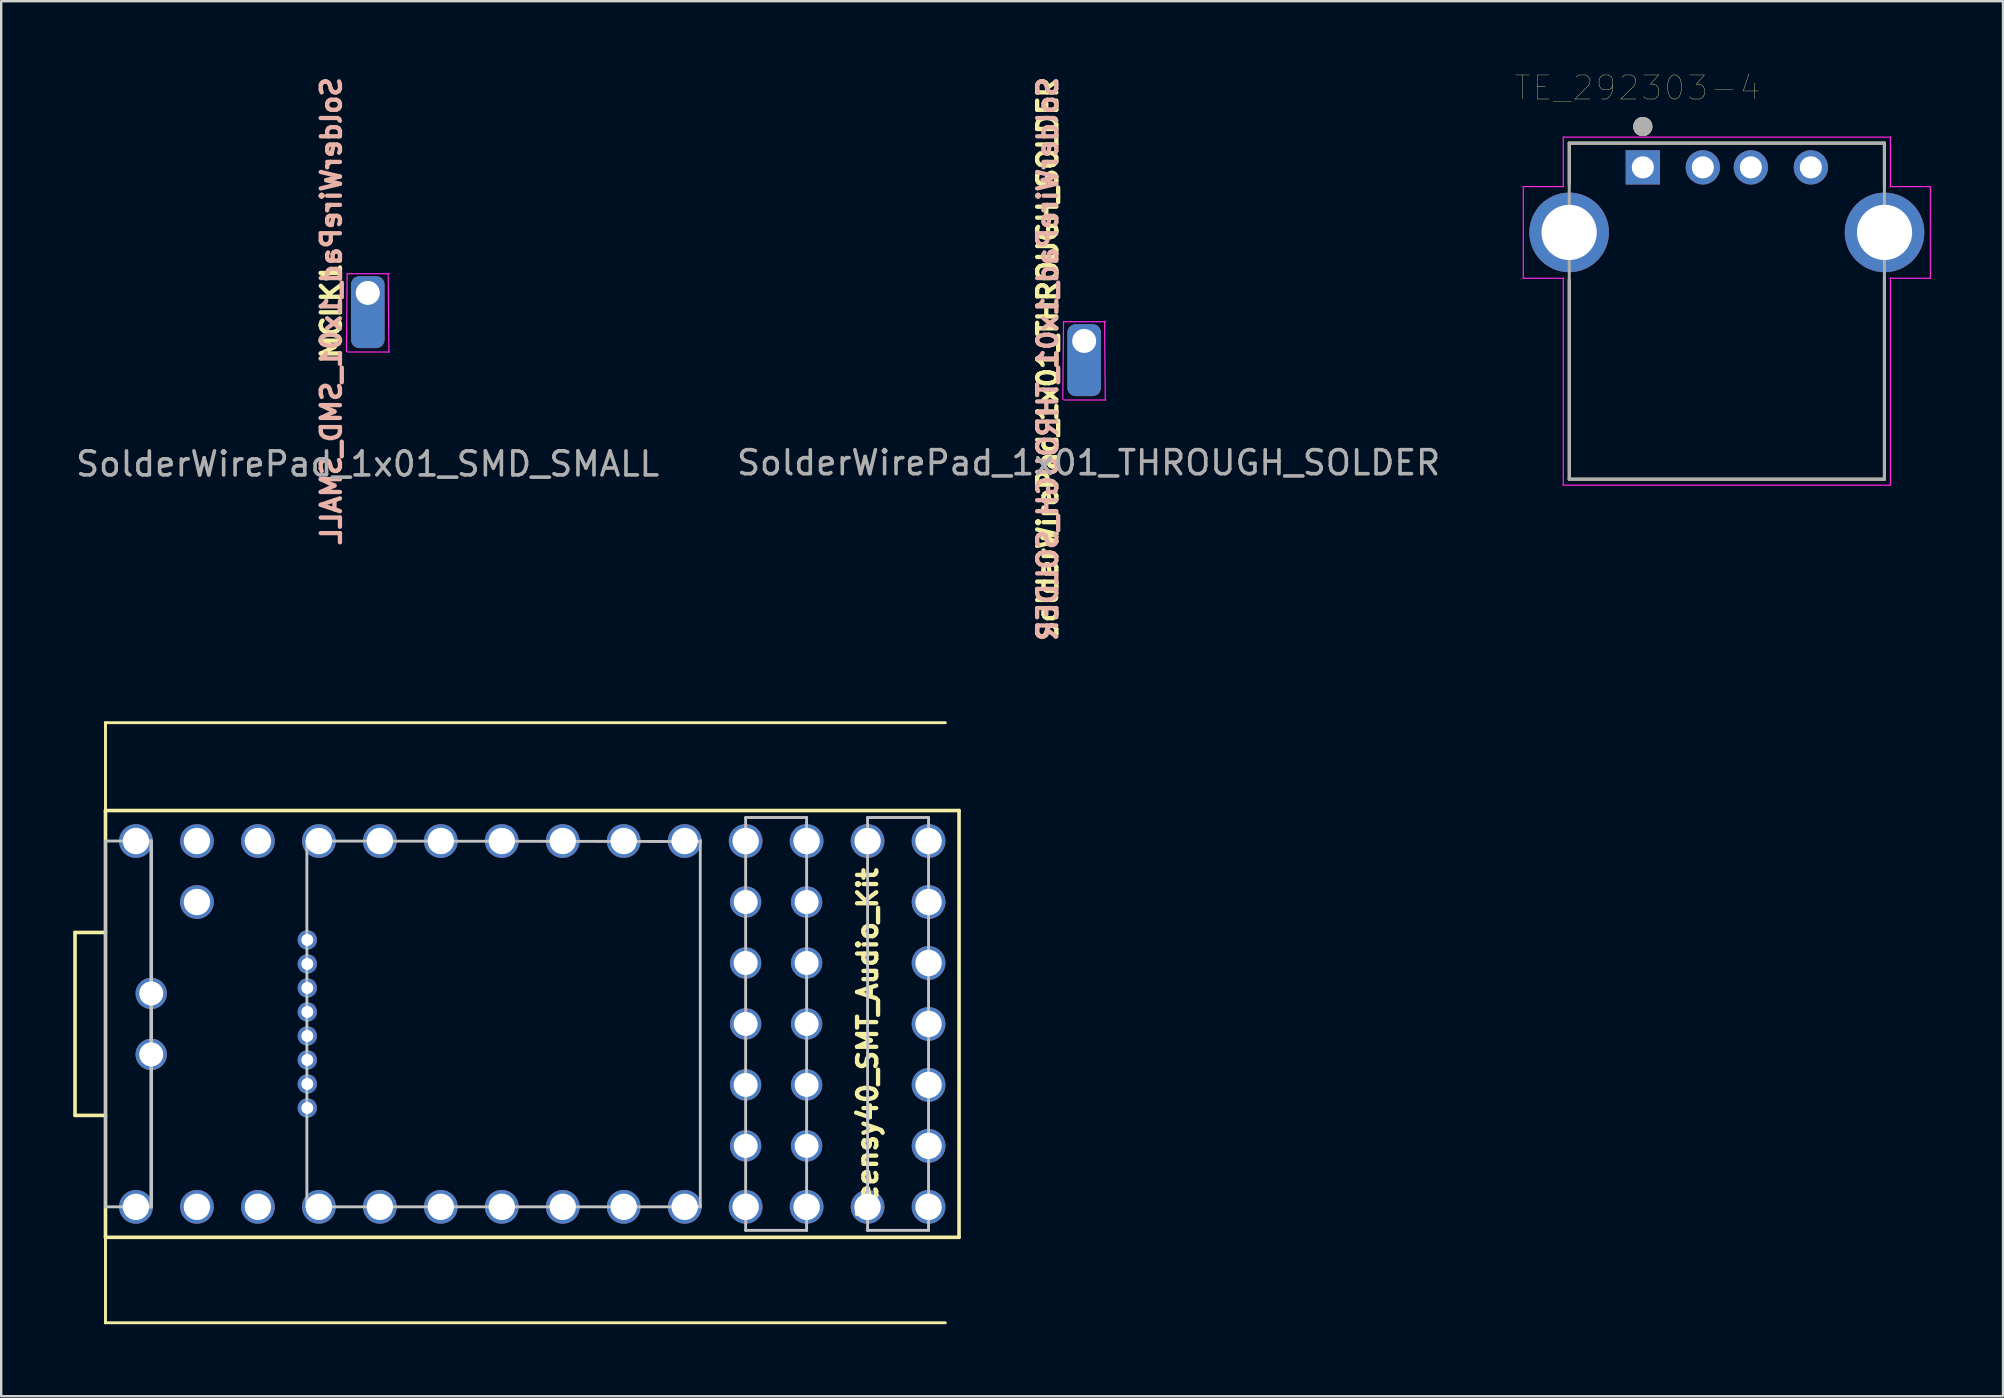
<source format=kicad_pcb>
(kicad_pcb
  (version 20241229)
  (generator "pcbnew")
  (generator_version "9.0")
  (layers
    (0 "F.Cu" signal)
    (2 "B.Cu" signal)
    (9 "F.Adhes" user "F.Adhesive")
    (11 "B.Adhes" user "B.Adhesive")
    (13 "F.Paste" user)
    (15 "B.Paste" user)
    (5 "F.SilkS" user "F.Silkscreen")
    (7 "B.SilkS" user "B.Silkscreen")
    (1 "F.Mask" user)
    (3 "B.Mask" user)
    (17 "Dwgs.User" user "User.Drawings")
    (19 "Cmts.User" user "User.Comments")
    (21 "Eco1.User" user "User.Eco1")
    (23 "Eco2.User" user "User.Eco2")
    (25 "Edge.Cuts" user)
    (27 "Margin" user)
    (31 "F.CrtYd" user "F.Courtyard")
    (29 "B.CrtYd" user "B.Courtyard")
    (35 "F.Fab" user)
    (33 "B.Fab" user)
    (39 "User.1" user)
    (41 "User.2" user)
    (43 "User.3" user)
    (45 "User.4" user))
  (footprint "SolderWirePad_1x01_THROUGH_SOLDER"
    (layer "F.Cu")
    (at 42.088 11.954)
    (property "Reference" "SolderWirePad_1x01_THROUGH_SOLDER" (at -1.49 -0.05 270) (layer "B.SilkS") (effects (font (size 0.8 0.8) (thickness 0.18)) (justify mirror)))
    (attr smd exclude_from_pos_files exclude_from_bom)
    (fp_line (start -0.83 -1.6) (end -0.86 1.64) (stroke (width 0.05) (type solid)) (layer "F.CrtYd"))
    (fp_line (start -0.81 1.66) (end 0.93 1.66) (stroke (width 0.05) (type solid)) (layer "F.CrtYd"))
    (fp_line (start 0.91 1.66) (end 0.88 -1.6) (stroke (width 0.05) (type solid)) (layer "F.CrtYd"))
    (fp_line (start 0.93 -1.6) (end -0.83 -1.6) (stroke (width 0.05) (type solid)) (layer "F.CrtYd"))
    (fp_text user "${REFERENCE}" (at -1.49 -0.05 90) (layer "F.SilkS") (effects (font (size 0.8 0.8) (thickness 0.18))))
    (fp_text user "${REFERENCE}" (at 0.215 4.275 0) (layer "F.Fab") (effects (font (size 1 1) (thickness 0.15))))
    (pad "1" thru_hole roundrect (at 0.03 -0.8) (size 1.4 3) (drill 1 (offset 0 0.8)) (layers "*.Cu" "*.Mask") (roundrect_rratio 0.25)))
  (footprint "TE_292303-4"
    (layer "F.Cu")
    (at 68.893 3.923)
    (property "Reference" "TE_292303-4" (at -3.726 -3.311 0) (layer "F.SilkS") (effects (font (size 1.001 1.001) (thickness 0.015))))
    (attr through_hole)
    (fp_line (start -6.565 -1.01) (end 6.565 -1.01) (stroke (width 0.127) (type solid)) (layer "F.SilkS"))
    (fp_line (start -6.565 0.7) (end -6.565 -1.01) (stroke (width 0.127) (type solid)) (layer "F.SilkS"))
    (fp_line (start -6.565 12.99) (end -6.565 4.7) (stroke (width 0.127) (type solid)) (layer "F.SilkS"))
    (fp_line (start 6.565 -1.01) (end 6.565 0.8) (stroke (width 0.127) (type solid)) (layer "F.SilkS"))
    (fp_line (start 6.565 4.6) (end 6.565 12.99) (stroke (width 0.127) (type solid)) (layer "F.SilkS"))
    (fp_line (start 6.565 12.99) (end -6.565 12.99) (stroke (width 0.127) (type solid)) (layer "F.SilkS"))
    (fp_circle (center -3.5 -1.7) (end -3.3 -1.7) (stroke (width 0.4) (type solid)) (fill no) (layer "F.SilkS"))
    (fp_line (start -8.48 0.8) (end -6.815 0.8) (stroke (width 0.05) (type solid)) (layer "F.CrtYd"))
    (fp_line (start -8.48 4.62) (end -8.48 0.8) (stroke (width 0.05) (type solid)) (layer "F.CrtYd"))
    (fp_line (start -8.48 4.62) (end -6.815 4.62) (stroke (width 0.05) (type solid)) (layer "F.CrtYd"))
    (fp_line (start -6.815 -1.26) (end 6.815 -1.26) (stroke (width 0.05) (type solid)) (layer "F.CrtYd"))
    (fp_line (start -6.815 0.8) (end -6.815 -1.26) (stroke (width 0.05) (type solid)) (layer "F.CrtYd"))
    (fp_line (start -6.815 13.24) (end -6.815 4.62) (stroke (width 0.05) (type solid)) (layer "F.CrtYd"))
    (fp_line (start 6.815 -1.26) (end 6.815 0.8) (stroke (width 0.05) (type solid)) (layer "F.CrtYd"))
    (fp_line (start 6.815 0.8) (end 8.48 0.8) (stroke (width 0.05) (type solid)) (layer "F.CrtYd"))
    (fp_line (start 6.815 4.62) (end 6.815 13.24) (stroke (width 0.05) (type solid)) (layer "F.CrtYd"))
    (fp_line (start 6.815 13.24) (end -6.815 13.24) (stroke (width 0.05) (type solid)) (layer "F.CrtYd"))
    (fp_line (start 8.48 0.8) (end 8.48 4.62) (stroke (width 0.05) (type solid)) (layer "F.CrtYd"))
    (fp_line (start 8.48 4.62) (end 6.815 4.62) (stroke (width 0.05) (type solid)) (layer "F.CrtYd"))
    (fp_line (start -6.565 -1.01) (end 6.565 -1.01) (stroke (width 0.127) (type solid)) (layer "F.Fab"))
    (fp_line (start -6.565 12.99) (end -6.565 -1.01) (stroke (width 0.127) (type solid)) (layer "F.Fab"))
    (fp_line (start 6.565 -1.01) (end 6.565 12.99) (stroke (width 0.127) (type solid)) (layer "F.Fab"))
    (fp_line (start 6.565 12.99) (end -6.565 12.99) (stroke (width 0.127) (type solid)) (layer "F.Fab"))
    (fp_circle (center -3.5 -1.7) (end -3.3 -1.7) (stroke (width 0.4) (type solid)) (fill no) (layer "F.Fab"))
    (pad "1" thru_hole rect (at -3.5 0) (size 1.428 1.428) (drill 0.92) (layers "*.Cu" "*.Mask"))
    (pad "2" thru_hole circle (at -1 0) (size 1.428 1.428) (drill 0.92) (layers "*.Cu" "*.Mask"))
    (pad "3" thru_hole circle (at 1 0) (size 1.428 1.428) (drill 0.92) (layers "*.Cu" "*.Mask"))
    (pad "4" thru_hole circle (at 3.5 0) (size 1.428 1.428) (drill 0.92) (layers "*.Cu" "*.Mask"))
    (pad "SH1" thru_hole circle (at -6.57 2.71) (size 3.316 3.316) (drill 2.3) (layers "*.Cu" "*.Mask"))
    (pad "SH2" thru_hole circle (at 6.57 2.71) (size 3.316 3.316) (drill 2.3) (layers "*.Cu" "*.Mask")))
  (footprint "Teensy40_SMT_Audio_Kit"
    (layer "F.Cu")
    (at 1.335 27.059)
    (property "Reference" "Teensy40_SMT_Audio_Kit" (at 31.76 13.312 90) (layer "F.SilkS") (effects (font (size 0.8 0.8) (thickness 0.18))))
    (attr through_hole)
    (fp_line (start -1.26 8.74) (end -1.26 16.36) (stroke (width 0.15) (type solid)) (layer "F.SilkS"))
    (fp_line (start -1.26 16.36) (end 0.01 16.36) (stroke (width 0.15) (type solid)) (layer "F.SilkS"))
    (fp_line (start 0 0) (end 35 0) (stroke (width 0.12) (type solid)) (layer "F.SilkS"))
    (fp_line (start 0 25) (end 35 25) (stroke (width 0.12) (type solid)) (layer "F.SilkS"))
    (fp_line (start 0.01 3.66) (end 0.01 0) (stroke (width 0.12) (type solid)) (layer "F.SilkS"))
    (fp_line (start 0.01 3.66) (end 0.01 21.44) (stroke (width 0.15) (type solid)) (layer "F.SilkS"))
    (fp_line (start 0.01 8.74) (end -1.26 8.74) (stroke (width 0.15) (type solid)) (layer "F.SilkS"))
    (fp_line (start 0.01 21.44) (end 35.57 21.44) (stroke (width 0.15) (type solid)) (layer "F.SilkS"))
    (fp_line (start 0.01 25) (end 0.01 21.44) (stroke (width 0.12) (type solid)) (layer "F.SilkS"))
    (fp_line (start 35.57 3.66) (end 0.01 3.66) (stroke (width 0.15) (type solid)) (layer "F.SilkS"))
    (fp_line (start 35.57 21.44) (end 35.57 3.66) (stroke (width 0.15) (type solid)) (layer "F.SilkS"))
    (fp_line (start 0.01 4.93) (end 0.01 20.17) (stroke (width 0.12) (type solid)) (layer "Dwgs.User"))
    (fp_line (start 0.01 4.93) (end 1.915 4.93) (stroke (width 0.12) (type solid)) (layer "Dwgs.User"))
    (fp_line (start 0.01 20.17) (end 1.915 20.17) (stroke (width 0.12) (type solid)) (layer "Dwgs.User"))
    (fp_line (start 1.915 4.93) (end 1.915 20.17) (stroke (width 0.15) (type solid)) (layer "Dwgs.User"))
    (fp_line (start 8.4 4.93) (end 8.4 20.17) (stroke (width 0.12) (type solid)) (layer "Dwgs.User"))
    (fp_line (start 8.4 4.93) (end 24.79 4.95) (stroke (width 0.12) (type solid)) (layer "Dwgs.User"))
    (fp_line (start 8.4 20.17) (end 24.79 20.17) (stroke (width 0.12) (type solid)) (layer "Dwgs.User"))
    (fp_line (start 24.79 4.91) (end 24.79 20.15) (stroke (width 0.12) (type solid)) (layer "Dwgs.User"))
    (fp_line (start 26.68 3.95) (end 26.68 21.15) (stroke (width 0.12) (type solid)) (layer "Dwgs.User"))
    (fp_line (start 26.68 21.15) (end 29.22 21.15) (stroke (width 0.12) (type solid)) (layer "Dwgs.User"))
    (fp_line (start 29.22 3.95) (end 26.68 3.95) (stroke (width 0.12) (type solid)) (layer "Dwgs.User"))
    (fp_line (start 29.22 21.15) (end 29.22 3.95) (stroke (width 0.12) (type solid)) (layer "Dwgs.User"))
    (fp_line (start 31.76 3.95) (end 34.3 3.95) (stroke (width 0.12) (type solid)) (layer "Dwgs.User"))
    (fp_line (start 31.76 21.15) (end 31.76 3.95) (stroke (width 0.12) (type solid)) (layer "Dwgs.User"))
    (fp_line (start 34.3 3.95) (end 34.3 21.15) (stroke (width 0.12) (type solid)) (layer "Dwgs.User"))
    (fp_line (start 34.3 21.15) (end 31.76 21.15) (stroke (width 0.12) (type solid)) (layer "Dwgs.User"))
    (fp_poly (pts (xy 0.518 11.788) (xy 3.058 11.788) (xy 3.058 10.772) (xy 0.518 10.772)) (stroke (width 0.1) (type solid)) (fill no) (layer "Eco1.User"))
    (fp_poly (pts (xy 0.518 14.328) (xy 3.058 14.328) (xy 3.058 13.312) (xy 0.518 13.312)) (stroke (width 0.1) (type solid)) (fill no) (layer "Eco1.User"))
    (fp_poly (pts (xy 8.29 8.8) (xy 10.29 8.8) (xy 10.29 9.3) (xy 8.29 9.3)) (stroke (width 0.1) (type solid)) (fill no) (layer "Eco1.User"))
    (fp_poly (pts (xy 8.29 9.8) (xy 10.29 9.8) (xy 10.29 10.3) (xy 8.29 10.3)) (stroke (width 0.1) (type solid)) (fill no) (layer "Eco1.User"))
    (fp_poly (pts (xy 8.29 10.8) (xy 10.29 10.8) (xy 10.29 11.3) (xy 8.29 11.3)) (stroke (width 0.1) (type solid)) (fill no) (layer "Eco1.User"))
    (fp_poly (pts (xy 8.29 11.8) (xy 10.29 11.8) (xy 10.29 12.3) (xy 8.29 12.3)) (stroke (width 0.1) (type solid)) (fill no) (layer "Eco1.User"))
    (fp_poly (pts (xy 8.29 12.8) (xy 10.29 12.8) (xy 10.29 13.3) (xy 8.29 13.3)) (stroke (width 0.1) (type solid)) (fill no) (layer "Eco1.User"))
    (fp_poly (pts (xy 8.29 13.8) (xy 10.29 13.8) (xy 10.29 14.3) (xy 8.29 14.3)) (stroke (width 0.1) (type solid)) (fill no) (layer "Eco1.User"))
    (fp_poly (pts (xy 8.29 14.8) (xy 10.29 14.8) (xy 10.29 15.3) (xy 8.29 15.3)) (stroke (width 0.1) (type solid)) (fill no) (layer "Eco1.User"))
    (fp_poly (pts (xy 8.29 15.8) (xy 10.29 15.8) (xy 10.29 16.3) (xy 8.29 16.3)) (stroke (width 0.1) (type solid)) (fill no) (layer "Eco1.User"))
    (fp_poly (pts (xy 24.648 7.978) (xy 27.188 7.978) (xy 27.188 6.962) (xy 24.648 6.962)) (stroke (width 0.1) (type solid)) (fill no) (layer "Eco1.User"))
    (fp_poly (pts (xy 24.648 10.518) (xy 27.188 10.518) (xy 27.188 9.502) (xy 24.648 9.502)) (stroke (width 0.1) (type solid)) (fill no) (layer "Eco1.User"))
    (fp_poly (pts (xy 24.648 13.058) (xy 27.188 13.058) (xy 27.188 12.042) (xy 24.648 12.042)) (stroke (width 0.1) (type solid)) (fill no) (layer "Eco1.User"))
    (fp_poly (pts (xy 24.648 15.598) (xy 27.188 15.598) (xy 27.188 14.582) (xy 24.648 14.582)) (stroke (width 0.1) (type solid)) (fill no) (layer "Eco1.User"))
    (fp_poly (pts (xy 24.648 18.138) (xy 27.188 18.138) (xy 27.188 17.122) (xy 24.648 17.122)) (stroke (width 0.1) (type solid)) (fill no) (layer "Eco1.User"))
    (fp_poly (pts (xy 28.712 7.978) (xy 31.252 7.978) (xy 31.252 6.962) (xy 28.712 6.962)) (stroke (width 0.1) (type solid)) (fill no) (layer "Eco1.User"))
    (fp_poly (pts (xy 28.712 10.518) (xy 31.252 10.518) (xy 31.252 9.502) (xy 28.712 9.502)) (stroke (width 0.1) (type solid)) (fill no) (layer "Eco1.User"))
    (fp_poly (pts (xy 28.712 13.058) (xy 31.252 13.058) (xy 31.252 12.042) (xy 28.712 12.042)) (stroke (width 0.1) (type solid)) (fill no) (layer "Eco1.User"))
    (fp_poly (pts (xy 28.712 15.598) (xy 31.252 15.598) (xy 31.252 14.582) (xy 28.712 14.582)) (stroke (width 0.1) (type solid)) (fill no) (layer "Eco1.User"))
    (fp_poly (pts (xy 28.712 18.138) (xy 31.252 18.138) (xy 31.252 17.122) (xy 28.712 17.122)) (stroke (width 0.1) (type solid)) (fill no) (layer "Eco1.User"))
    (pad "1" thru_hole circle (at 1.28 20.17) (size 1.404 1.404) (drill 1.1) (layers "*.Cu" "*.Mask"))
    (pad "2" thru_hole circle (at 3.82 20.17) (size 1.404 1.404) (drill 1.1) (layers "*.Cu" "*.Mask"))
    (pad "3" thru_hole circle (at 6.36 20.17) (size 1.404 1.404) (drill 1.1) (layers "*.Cu" "*.Mask"))
    (pad "4" thru_hole circle (at 8.9 20.17) (size 1.404 1.404) (drill 1.1) (layers "*.Cu" "*.Mask"))
    (pad "5" thru_hole circle (at 11.44 20.17) (size 1.404 1.404) (drill 1.1) (layers "*.Cu" "*.Mask"))
    (pad "6" thru_hole circle (at 13.98 20.17) (size 1.404 1.404) (drill 1.1) (layers "*.Cu" "*.Mask"))
    (pad "7" thru_hole circle (at 16.52 20.17) (size 1.404 1.404) (drill 1.1) (layers "*.Cu" "*.Mask"))
    (pad "8" thru_hole circle (at 19.06 20.17) (size 1.404 1.404) (drill 1.1) (layers "*.Cu" "*.Mask"))
    (pad "9" thru_hole circle (at 21.6 20.17) (size 1.404 1.404) (drill 1.1) (layers "*.Cu" "*.Mask"))
    (pad "10" thru_hole circle (at 24.14 20.17) (size 1.404 1.404) (drill 1.1) (layers "*.Cu" "*.Mask"))
    (pad "11" thru_hole circle (at 26.68 20.17) (size 1.404 1.404) (drill 1.1) (layers "*.Cu" "*.Mask"))
    (pad "12" thru_hole circle (at 29.22 20.17) (size 1.404 1.404) (drill 1.1) (layers "*.Cu" "*.Mask"))
    (pad "13" thru_hole circle (at 31.76 20.17) (size 1.404 1.404) (drill 1.1) (layers "*.Cu" "*.Mask"))
    (pad "14" thru_hole circle (at 34.3 20.17) (size 1.404 1.404) (drill 1.1) (layers "*.Cu" "*.Mask"))
    (pad "15" thru_hole circle (at 34.3 17.63) (size 1.404 1.404) (drill 1.1) (layers "*.Cu" "*.Mask"))
    (pad "16" thru_hole circle (at 34.3 15.09) (size 1.404 1.404) (drill 1.1) (layers "*.Cu" "*.Mask"))
    (pad "17" thru_hole circle (at 34.3 12.55) (size 1.404 1.404) (drill 1.1) (layers "*.Cu" "*.Mask"))
    (pad "18" thru_hole circle (at 34.3 10.01) (size 1.404 1.404) (drill 1.1) (layers "*.Cu" "*.Mask"))
    (pad "19" thru_hole circle (at 34.3 7.47) (size 1.404 1.404) (drill 1.1) (layers "*.Cu" "*.Mask"))
    (pad "20" thru_hole circle (at 34.3 4.93) (size 1.404 1.404) (drill 1.1) (layers "*.Cu" "*.Mask"))
    (pad "21" thru_hole circle (at 31.76 4.93) (size 1.404 1.404) (drill 1.1) (layers "*.Cu" "*.Mask"))
    (pad "22" thru_hole circle (at 29.22 4.93) (size 1.404 1.404) (drill 1.1) (layers "*.Cu" "*.Mask"))
    (pad "23" thru_hole circle (at 26.68 4.93) (size 1.404 1.404) (drill 1.1) (layers "*.Cu" "*.Mask"))
    (pad "24" thru_hole circle (at 24.14 4.93) (size 1.404 1.404) (drill 1.1) (layers "*.Cu" "*.Mask"))
    (pad "25" thru_hole circle (at 21.6 4.93) (size 1.404 1.404) (drill 1.1) (layers "*.Cu" "*.Mask"))
    (pad "26" thru_hole circle (at 19.06 4.93) (size 1.404 1.404) (drill 1.1) (layers "*.Cu" "*.Mask"))
    (pad "27" thru_hole circle (at 16.52 4.93) (size 1.404 1.404) (drill 1.1) (layers "*.Cu" "*.Mask"))
    (pad "28" thru_hole circle (at 13.98 4.93) (size 1.404 1.404) (drill 1.1) (layers "*.Cu" "*.Mask"))
    (pad "29" thru_hole circle (at 11.44 4.93) (size 1.404 1.404) (drill 1.1) (layers "*.Cu" "*.Mask"))
    (pad "30" thru_hole circle (at 8.9 4.93) (size 1.404 1.404) (drill 1.1) (layers "*.Cu" "*.Mask"))
    (pad "31" thru_hole circle (at 6.36 4.93) (size 1.404 1.404) (drill 1.1) (layers "*.Cu" "*.Mask"))
    (pad "32" thru_hole circle (at 3.82 4.93) (size 1.404 1.404) (drill 1.1) (layers "*.Cu" "*.Mask"))
    (pad "33" thru_hole circle (at 1.28 4.93) (size 1.404 1.404) (drill 1.1) (layers "*.Cu" "*.Mask"))
    (pad "34" thru_hole circle (at 3.82 7.47) (size 1.404 1.404) (drill 1.1) (layers "*.Cu" "*.Mask"))
    (pad "35" thru_hole circle (at 29.22 7.47) (size 1.304 1.304) (drill 1) (layers "*.Cu" "*.Mask"))
    (pad "36" thru_hole circle (at 26.68 7.47) (size 1.304 1.304) (drill 1) (layers "*.Cu" "*.Mask"))
    (pad "37" thru_hole circle (at 29.22 10.01) (size 1.304 1.304) (drill 1) (layers "*.Cu" "*.Mask"))
    (pad "38" thru_hole circle (at 26.68 10.01) (size 1.304 1.304) (drill 1) (layers "*.Cu" "*.Mask"))
    (pad "39" thru_hole circle (at 29.22 12.55) (size 1.304 1.304) (drill 1) (layers "*.Cu" "*.Mask"))
    (pad "40" thru_hole circle (at 26.68 12.55) (size 1.304 1.304) (drill 1) (layers "*.Cu" "*.Mask"))
    (pad "41" thru_hole circle (at 29.22 15.09) (size 1.304 1.304) (drill 1) (layers "*.Cu" "*.Mask"))
    (pad "42" thru_hole circle (at 26.68 15.09) (size 1.304 1.304) (drill 1) (layers "*.Cu" "*.Mask"))
    (pad "43" thru_hole circle (at 29.22 17.63) (size 1.304 1.304) (drill 1) (layers "*.Cu" "*.Mask"))
    (pad "44" thru_hole circle (at 26.68 17.63) (size 1.304 1.304) (drill 1) (layers "*.Cu" "*.Mask"))
    (pad "45" thru_hole circle (at 8.418 9.05) (size 0.804 0.804) (drill 0.5) (layers "*.Cu" "*.Mask"))
    (pad "46" thru_hole circle (at 8.418 10.05) (size 0.804 0.804) (drill 0.5) (layers "*.Cu" "*.Mask"))
    (pad "47" thru_hole circle (at 8.418 11.05) (size 0.804 0.804) (drill 0.5) (layers "*.Cu" "*.Mask"))
    (pad "48" thru_hole circle (at 8.418 12.05) (size 0.804 0.804) (drill 0.5) (layers "*.Cu" "*.Mask"))
    (pad "49" thru_hole circle (at 8.418 13.05) (size 0.804 0.804) (drill 0.5) (layers "*.Cu" "*.Mask"))
    (pad "50" thru_hole circle (at 8.418 14.05) (size 0.804 0.804) (drill 0.5) (layers "*.Cu" "*.Mask"))
    (pad "51" thru_hole circle (at 8.418 15.05) (size 0.804 0.804) (drill 0.5) (layers "*.Cu" "*.Mask"))
    (pad "52" thru_hole circle (at 8.418 16.05) (size 0.804 0.804) (drill 0.5) (layers "*.Cu" "*.Mask"))
    (pad "53" thru_hole circle (at 1.915 11.28) (size 1.304 1.304) (drill 1) (layers "*.Cu" "*.Mask"))
    (pad "54" thru_hole circle (at 1.915 13.82) (size 1.304 1.304) (drill 1) (layers "*.Cu" "*.Mask")))
  (footprint "SolderWirePad_1x01_SMD_SMALL"
    (layer "F.Cu")
    (at 12.242 9.954)
    (property "Reference" "SolderWirePad_1x01_SMD_SMALL" (at -1.49 -0.05 270) (layer "B.SilkS") (effects (font (size 0.8 0.8) (thickness 0.18)) (justify mirror)))
    (attr smd exclude_from_pos_files exclude_from_bom)
    (fp_line (start -0.83 -1.6) (end -0.86 1.64) (stroke (width 0.05) (type solid)) (layer "F.CrtYd"))
    (fp_line (start -0.81 1.66) (end 0.93 1.66) (stroke (width 0.05) (type solid)) (layer "F.CrtYd"))
    (fp_line (start 0.91 1.66) (end 0.88 -1.6) (stroke (width 0.05) (type solid)) (layer "F.CrtYd"))
    (fp_line (start 0.93 -1.6) (end -0.83 -1.6) (stroke (width 0.05) (type solid)) (layer "F.CrtYd"))
    (fp_text user "MCLK1" (at -1.49 -0.05 90) (layer "F.SilkS") (effects (font (size 0.8 0.8) (thickness 0.18))))
    (fp_text user "${REFERENCE}" (at 0.025 6.325 0) (layer "F.Fab") (effects (font (size 1 1) (thickness 0.15))))
    (pad "1" thru_hole roundrect (at 0.03 -0.8) (size 1.4 3) (drill 1 (offset 0 0.8)) (layers "*.Cu" "*.Mask") (roundrect_rratio 0.25)))
  (gr_rect
    (start -3 -3)
    (end 80.398 55.119)
    (stroke (width 0.1) (type default))
    (fill no)
    (layer "Edge.Cuts")))
</source>
